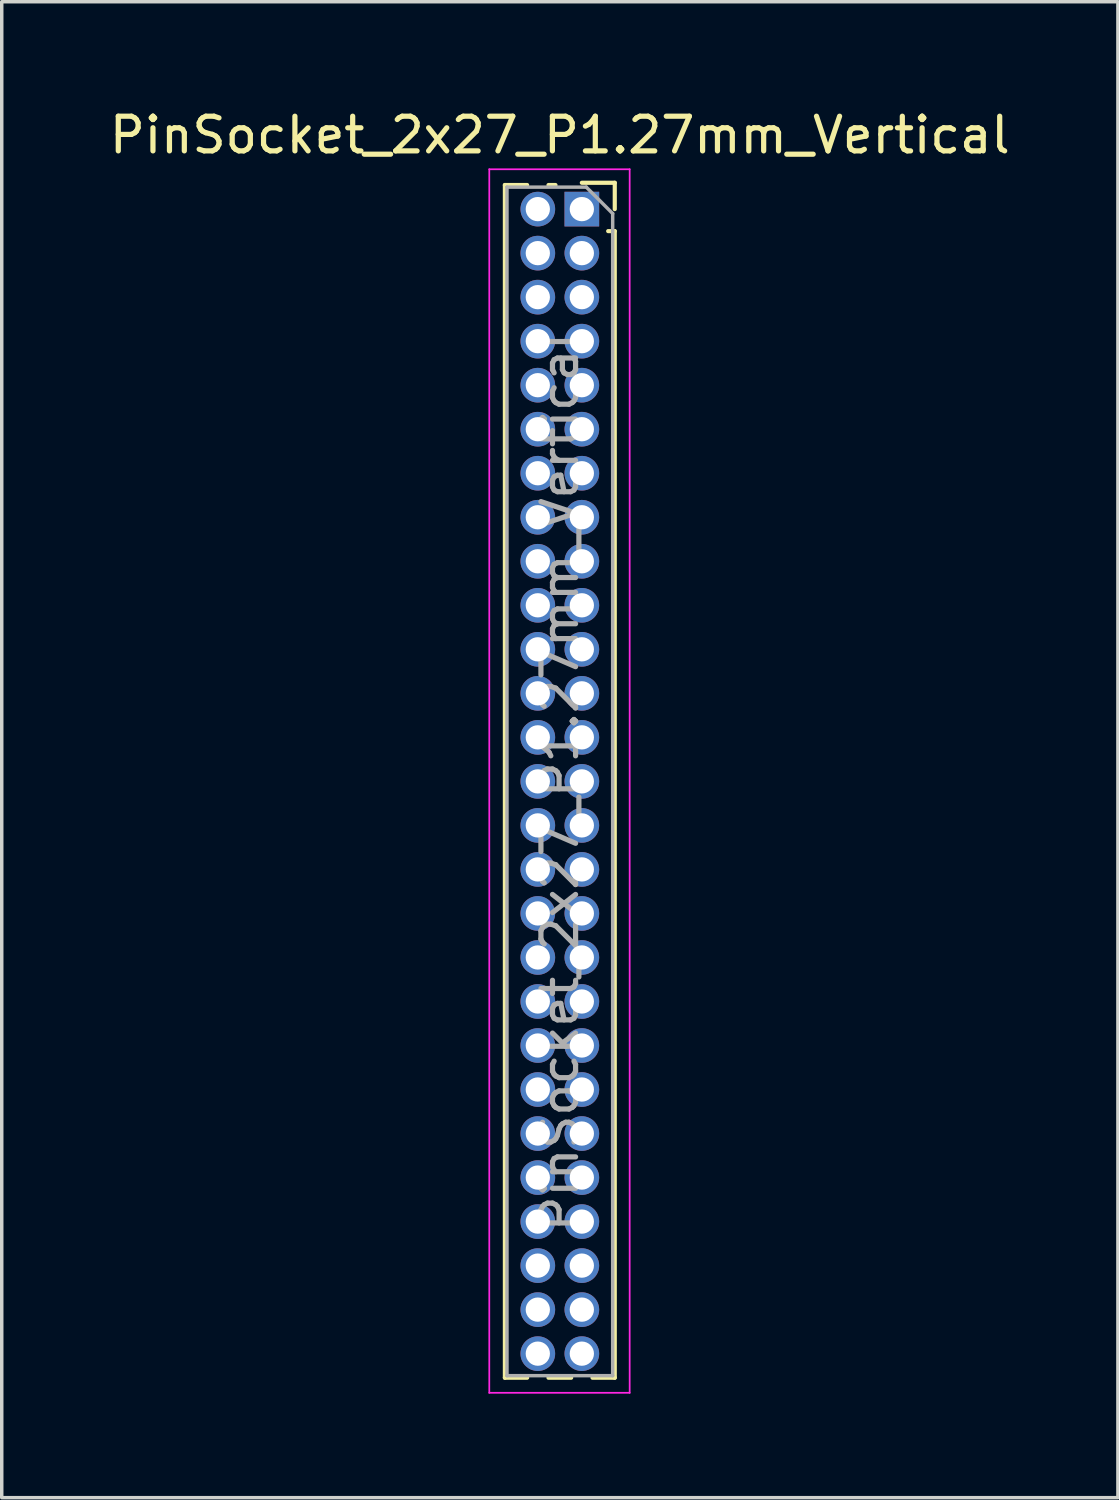
<source format=kicad_pcb>
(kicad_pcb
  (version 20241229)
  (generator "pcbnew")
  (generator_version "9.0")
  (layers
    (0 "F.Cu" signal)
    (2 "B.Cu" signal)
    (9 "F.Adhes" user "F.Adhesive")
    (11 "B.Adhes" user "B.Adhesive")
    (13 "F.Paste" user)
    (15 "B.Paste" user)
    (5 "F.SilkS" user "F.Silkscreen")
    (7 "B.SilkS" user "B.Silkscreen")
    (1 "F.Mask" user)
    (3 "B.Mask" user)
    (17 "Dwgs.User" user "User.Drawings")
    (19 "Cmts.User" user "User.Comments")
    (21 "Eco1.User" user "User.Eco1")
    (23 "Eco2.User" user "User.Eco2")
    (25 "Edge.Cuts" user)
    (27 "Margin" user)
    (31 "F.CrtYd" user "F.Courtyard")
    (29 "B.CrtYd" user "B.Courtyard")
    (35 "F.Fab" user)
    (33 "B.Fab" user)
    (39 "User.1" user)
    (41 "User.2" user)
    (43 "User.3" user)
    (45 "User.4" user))
  (footprint "PinSocket_2x27_P1.27mm_Vertical"
    (layer "F.Cu")
    (at 13.736 2.983)
    (property "Reference" "PinSocket_2x27_P1.27mm_Vertical" (at -0.635 -2.135 0) (layer "F.SilkS") (effects (font (size 1 1) (thickness 0.15))))
    (attr through_hole)
    (fp_line (start -2.22 -0.695) (end -2.22 33.715) (stroke (width 0.12) (type solid)) (layer "F.SilkS"))
    (fp_line (start -2.22 -0.695) (end -1.578 -0.695) (stroke (width 0.12) (type solid)) (layer "F.SilkS"))
    (fp_line (start -2.22 33.715) (end -1.578 33.715) (stroke (width 0.12) (type solid)) (layer "F.SilkS"))
    (fp_line (start -0.962 -0.695) (end -0.76 -0.695) (stroke (width 0.12) (type solid)) (layer "F.SilkS"))
    (fp_line (start -0.962 33.715) (end -0.308 33.715) (stroke (width 0.12) (type solid)) (layer "F.SilkS"))
    (fp_line (start 0 -0.76) (end 0.95 -0.76) (stroke (width 0.12) (type solid)) (layer "F.SilkS"))
    (fp_line (start 0.308 33.715) (end 0.95 33.715) (stroke (width 0.12) (type solid)) (layer "F.SilkS"))
    (fp_line (start 0.76 0.635) (end 0.95 0.635) (stroke (width 0.12) (type solid)) (layer "F.SilkS"))
    (fp_line (start 0.95 -0.76) (end 0.95 0) (stroke (width 0.12) (type solid)) (layer "F.SilkS"))
    (fp_line (start 0.95 0.635) (end 0.95 33.715) (stroke (width 0.12) (type solid)) (layer "F.SilkS"))
    (fp_line (start -2.67 -1.15) (end 1.38 -1.15) (stroke (width 0.05) (type solid)) (layer "F.CrtYd"))
    (fp_line (start -2.67 34.15) (end -2.67 -1.15) (stroke (width 0.05) (type solid)) (layer "F.CrtYd"))
    (fp_line (start 1.38 -1.15) (end 1.38 34.15) (stroke (width 0.05) (type solid)) (layer "F.CrtYd"))
    (fp_line (start 1.38 34.15) (end -2.67 34.15) (stroke (width 0.05) (type solid)) (layer "F.CrtYd"))
    (fp_line (start -2.16 -0.635) (end 0.128 -0.635) (stroke (width 0.1) (type solid)) (layer "F.Fab"))
    (fp_line (start -2.16 33.655) (end -2.16 -0.635) (stroke (width 0.1) (type solid)) (layer "F.Fab"))
    (fp_line (start 0.128 -0.635) (end 0.89 0.128) (stroke (width 0.1) (type solid)) (layer "F.Fab"))
    (fp_line (start 0.89 0.128) (end 0.89 33.655) (stroke (width 0.1) (type solid)) (layer "F.Fab"))
    (fp_line (start 0.89 33.655) (end -2.16 33.655) (stroke (width 0.1) (type solid)) (layer "F.Fab"))
    (fp_text user "${REFERENCE}" (at -0.635 16.51 90) (layer "F.Fab") (effects (font (size 1 1) (thickness 0.15))))
    (pad "1" thru_hole rect (at 0 0) (size 1 1) (drill 0.7) (layers "*.Cu" "*.Mask"))
    (pad "2" thru_hole circle (at -1.27 0) (size 1 1) (drill 0.7) (layers "*.Cu" "*.Mask"))
    (pad "3" thru_hole circle (at 0 1.27) (size 1 1) (drill 0.7) (layers "*.Cu" "*.Mask"))
    (pad "4" thru_hole circle (at -1.27 1.27) (size 1 1) (drill 0.7) (layers "*.Cu" "*.Mask"))
    (pad "5" thru_hole circle (at 0 2.54) (size 1 1) (drill 0.7) (layers "*.Cu" "*.Mask"))
    (pad "6" thru_hole circle (at -1.27 2.54) (size 1 1) (drill 0.7) (layers "*.Cu" "*.Mask"))
    (pad "7" thru_hole circle (at 0 3.81) (size 1 1) (drill 0.7) (layers "*.Cu" "*.Mask"))
    (pad "8" thru_hole circle (at -1.27 3.81) (size 1 1) (drill 0.7) (layers "*.Cu" "*.Mask"))
    (pad "9" thru_hole circle (at 0 5.08) (size 1 1) (drill 0.7) (layers "*.Cu" "*.Mask"))
    (pad "10" thru_hole circle (at -1.27 5.08) (size 1 1) (drill 0.7) (layers "*.Cu" "*.Mask"))
    (pad "11" thru_hole circle (at 0 6.35) (size 1 1) (drill 0.7) (layers "*.Cu" "*.Mask"))
    (pad "12" thru_hole circle (at -1.27 6.35) (size 1 1) (drill 0.7) (layers "*.Cu" "*.Mask"))
    (pad "13" thru_hole circle (at 0 7.62) (size 1 1) (drill 0.7) (layers "*.Cu" "*.Mask"))
    (pad "14" thru_hole circle (at -1.27 7.62) (size 1 1) (drill 0.7) (layers "*.Cu" "*.Mask"))
    (pad "15" thru_hole circle (at 0 8.89) (size 1 1) (drill 0.7) (layers "*.Cu" "*.Mask"))
    (pad "16" thru_hole circle (at -1.27 8.89) (size 1 1) (drill 0.7) (layers "*.Cu" "*.Mask"))
    (pad "17" thru_hole circle (at 0 10.16) (size 1 1) (drill 0.7) (layers "*.Cu" "*.Mask"))
    (pad "18" thru_hole circle (at -1.27 10.16) (size 1 1) (drill 0.7) (layers "*.Cu" "*.Mask"))
    (pad "19" thru_hole circle (at 0 11.43) (size 1 1) (drill 0.7) (layers "*.Cu" "*.Mask"))
    (pad "20" thru_hole circle (at -1.27 11.43) (size 1 1) (drill 0.7) (layers "*.Cu" "*.Mask"))
    (pad "21" thru_hole circle (at 0 12.7) (size 1 1) (drill 0.7) (layers "*.Cu" "*.Mask"))
    (pad "22" thru_hole circle (at -1.27 12.7) (size 1 1) (drill 0.7) (layers "*.Cu" "*.Mask"))
    (pad "23" thru_hole circle (at 0 13.97) (size 1 1) (drill 0.7) (layers "*.Cu" "*.Mask"))
    (pad "24" thru_hole circle (at -1.27 13.97) (size 1 1) (drill 0.7) (layers "*.Cu" "*.Mask"))
    (pad "25" thru_hole circle (at 0 15.24) (size 1 1) (drill 0.7) (layers "*.Cu" "*.Mask"))
    (pad "26" thru_hole circle (at -1.27 15.24) (size 1 1) (drill 0.7) (layers "*.Cu" "*.Mask"))
    (pad "27" thru_hole circle (at 0 16.51) (size 1 1) (drill 0.7) (layers "*.Cu" "*.Mask"))
    (pad "28" thru_hole circle (at -1.27 16.51) (size 1 1) (drill 0.7) (layers "*.Cu" "*.Mask"))
    (pad "29" thru_hole circle (at 0 17.78) (size 1 1) (drill 0.7) (layers "*.Cu" "*.Mask"))
    (pad "30" thru_hole circle (at -1.27 17.78) (size 1 1) (drill 0.7) (layers "*.Cu" "*.Mask"))
    (pad "31" thru_hole circle (at 0 19.05) (size 1 1) (drill 0.7) (layers "*.Cu" "*.Mask"))
    (pad "32" thru_hole circle (at -1.27 19.05) (size 1 1) (drill 0.7) (layers "*.Cu" "*.Mask"))
    (pad "33" thru_hole circle (at 0 20.32) (size 1 1) (drill 0.7) (layers "*.Cu" "*.Mask"))
    (pad "34" thru_hole circle (at -1.27 20.32) (size 1 1) (drill 0.7) (layers "*.Cu" "*.Mask"))
    (pad "35" thru_hole circle (at 0 21.59) (size 1 1) (drill 0.7) (layers "*.Cu" "*.Mask"))
    (pad "36" thru_hole circle (at -1.27 21.59) (size 1 1) (drill 0.7) (layers "*.Cu" "*.Mask"))
    (pad "37" thru_hole circle (at 0 22.86) (size 1 1) (drill 0.7) (layers "*.Cu" "*.Mask"))
    (pad "38" thru_hole circle (at -1.27 22.86) (size 1 1) (drill 0.7) (layers "*.Cu" "*.Mask"))
    (pad "39" thru_hole circle (at 0 24.13) (size 1 1) (drill 0.7) (layers "*.Cu" "*.Mask"))
    (pad "40" thru_hole circle (at -1.27 24.13) (size 1 1) (drill 0.7) (layers "*.Cu" "*.Mask"))
    (pad "41" thru_hole circle (at 0 25.4) (size 1 1) (drill 0.7) (layers "*.Cu" "*.Mask"))
    (pad "42" thru_hole circle (at -1.27 25.4) (size 1 1) (drill 0.7) (layers "*.Cu" "*.Mask"))
    (pad "43" thru_hole circle (at 0 26.67) (size 1 1) (drill 0.7) (layers "*.Cu" "*.Mask"))
    (pad "44" thru_hole circle (at -1.27 26.67) (size 1 1) (drill 0.7) (layers "*.Cu" "*.Mask"))
    (pad "45" thru_hole circle (at 0 27.94) (size 1 1) (drill 0.7) (layers "*.Cu" "*.Mask"))
    (pad "46" thru_hole circle (at -1.27 27.94) (size 1 1) (drill 0.7) (layers "*.Cu" "*.Mask"))
    (pad "47" thru_hole circle (at 0 29.21) (size 1 1) (drill 0.7) (layers "*.Cu" "*.Mask"))
    (pad "48" thru_hole circle (at -1.27 29.21) (size 1 1) (drill 0.7) (layers "*.Cu" "*.Mask"))
    (pad "49" thru_hole circle (at 0 30.48) (size 1 1) (drill 0.7) (layers "*.Cu" "*.Mask"))
    (pad "50" thru_hole circle (at -1.27 30.48) (size 1 1) (drill 0.7) (layers "*.Cu" "*.Mask"))
    (pad "51" thru_hole circle (at 0 31.75) (size 1 1) (drill 0.7) (layers "*.Cu" "*.Mask"))
    (pad "52" thru_hole circle (at -1.27 31.75) (size 1 1) (drill 0.7) (layers "*.Cu" "*.Mask"))
    (pad "53" thru_hole circle (at 0 33.02) (size 1 1) (drill 0.7) (layers "*.Cu" "*.Mask"))
    (pad "54" thru_hole circle (at -1.27 33.02) (size 1 1) (drill 0.7) (layers "*.Cu" "*.Mask")))
  (gr_rect
    (start -3 -3)
    (end 29.202 40.158)
    (stroke (width 0.1) (type default))
    (fill no)
    (layer "Edge.Cuts")))
</source>
